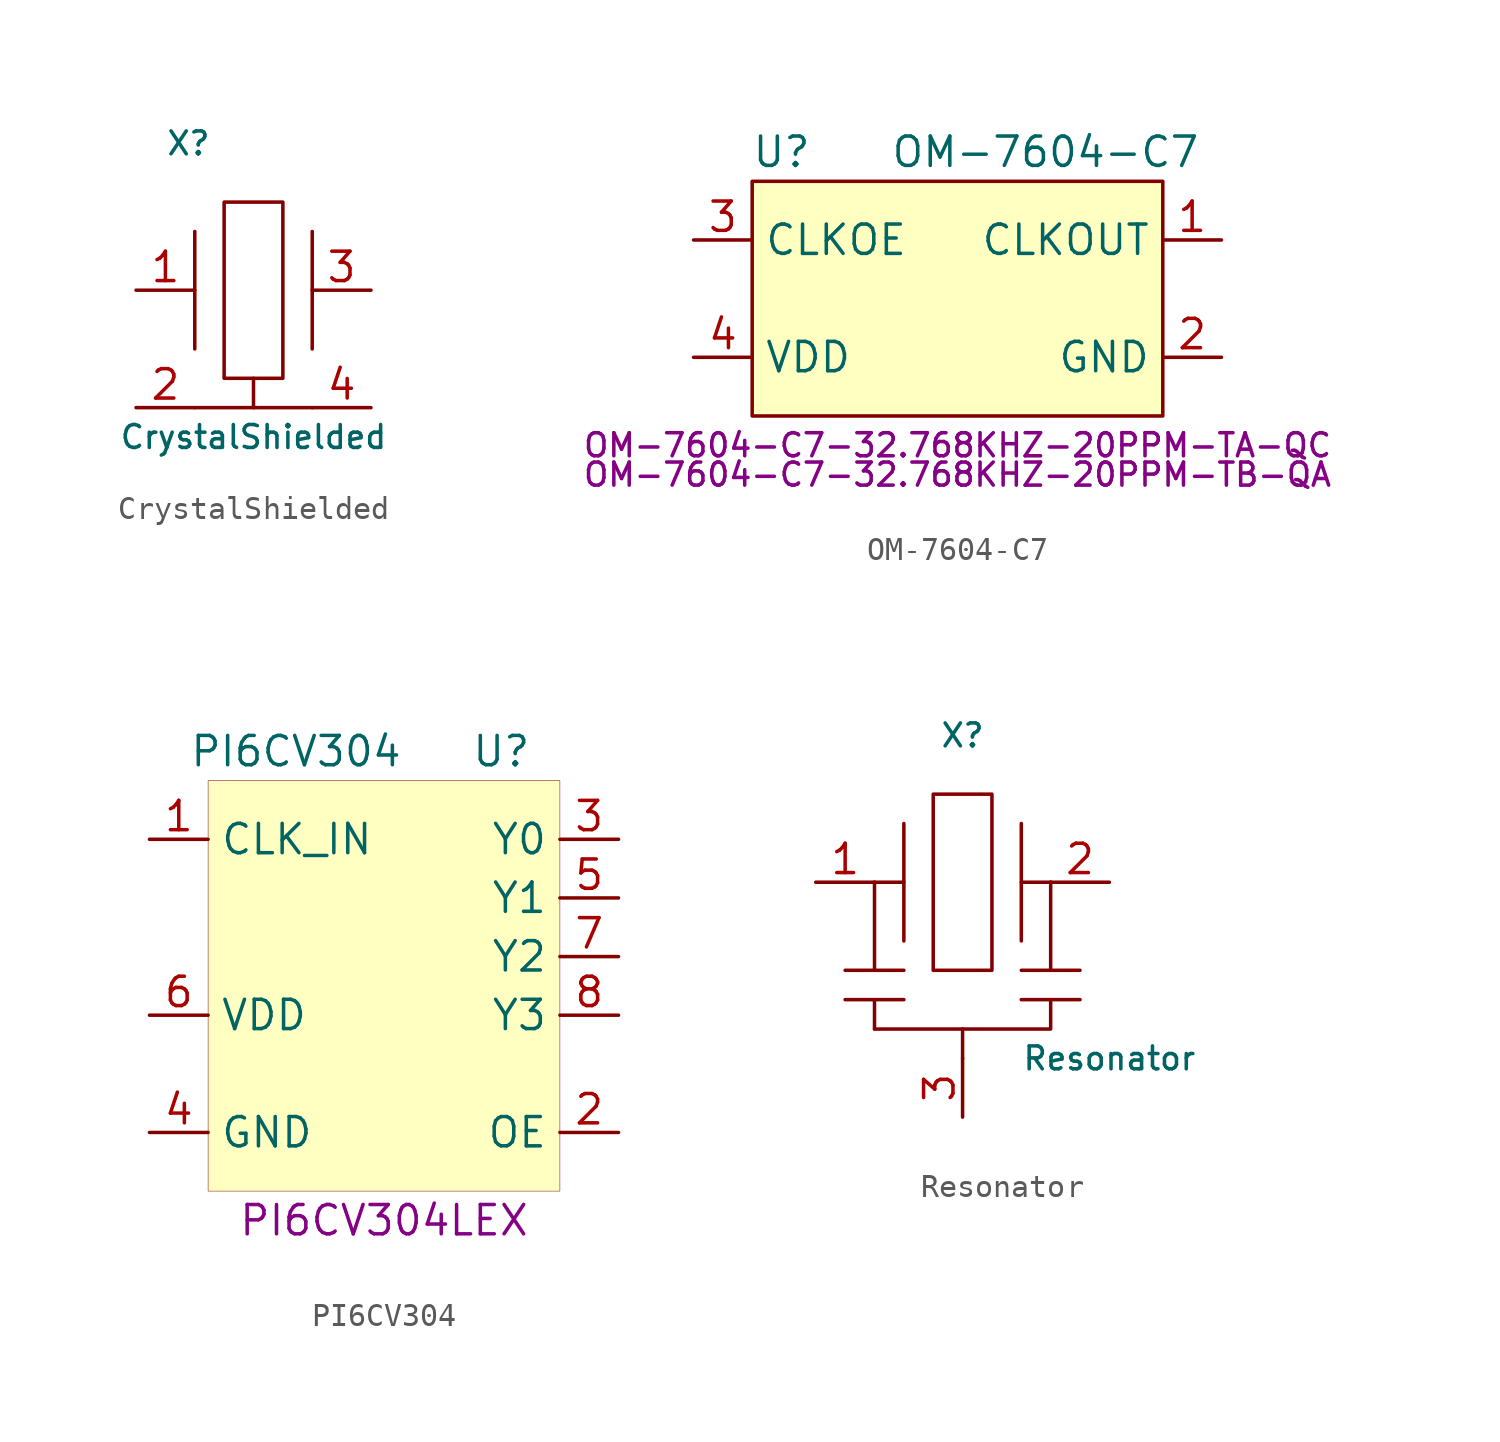
<source format=kicad_sym>
(kicad_symbol_lib
  (version 20220914)
  (generator kicad_symbol_editor)
  (symbol "CrystalShielded"
    (pin_names hide)
    (property "Reference" "X"
      (at -3.81 6.35 0)
      (effects (font (size 0.991 0.991)) (justify left)))
    (property "Value" "CrystalShielded"
      (at 0 -6.35 0)
      (effects (font (size 0.991 0.991))))
    (symbol "CrystalShielded_0_1"
      (polyline (pts (xy -2.54 2.54) (xy -2.54 -2.54)) (stroke (width 0) (type default)) (fill (type none)))
      (polyline (pts (xy 0 -5.08) (xy 0 -3.81)) (stroke (width 0) (type default)) (fill (type background)))
      (polyline (pts (xy 2.54 -5.08) (xy -2.54 -5.08)) (stroke (width 0) (type default)) (fill (type outline)))
      (polyline (pts (xy 2.54 2.54) (xy 2.54 -2.54)) (stroke (width 0) (type default)) (fill (type none)))
      (polyline (pts (xy 1.27 3.81) (xy -1.27 3.81) (xy -1.27 -3.81) (xy 1.27 -3.81) (xy 1.27 3.81)) (stroke (width 0) (type default)) (fill (type none))))
    (symbol "CrystalShielded_1_1"
      (pin passive line (at -5.08 0 0) (length 2.54) (name "1" (effects (font (size 1.27 1.27)))) (number "1" (effects (font (size 1.27 1.27)))))
      (pin passive line (at -5.08 -5.08 0) (length 2.54) (name "2" (effects (font (size 1.27 1.27)))) (number "2" (effects (font (size 1.27 1.27)))))
      (pin passive line (at 5.08 0 180) (length 2.54) (name "3" (effects (font (size 1.27 1.27)))) (number "3" (effects (font (size 1.27 1.27)))))
      (pin passive line (at 5.08 -5.08 180) (length 2.54) (name "4" (effects (font (size 1.27 1.27)))) (number "4" (effects (font (size 1.27 1.27)))))))
  (symbol "OM-7604-C7"
    (property "Reference" "U"
      (at -7.62 6.35 0)
      (effects (font (size 1.27 1.27))))
    (property "Value" "OM-7604-C7"
      (at 3.81 6.35 0)
      (effects (font (size 1.27 1.27))))
    (property "MPN" "OM-7604-C7-32.768KHZ-20PPM-TA-QC"
      (at 0 -6.35 0)
      (effects (font (size 1 1))))
    (property "MPN2" "OM-7604-C7-32.768KHZ-20PPM-TB-QA"
      (at 0 -7.62 0)
      (effects (font (size 1 1))))
    (symbol "OM-7604-C7_0_1"
      (rectangle (start -8.89 5.08) (end 8.89 -5.08) (stroke (width 0) (type default)) (fill (type background))))
    (symbol "OM-7604-C7_1_1"
      (pin output line (at 11.43 2.54 180) (length 2.54) (name "CLKOUT" (effects (font (size 1.27 1.27)))) (number "1" (effects (font (size 1.27 1.27)))))
      (pin power_in line (at 11.43 -2.54 180) (length 2.54) (name "GND" (effects (font (size 1.27 1.27)))) (number "2" (effects (font (size 1.27 1.27)))))
      (pin input line (at -11.43 2.54 0) (length 2.54) (name "CLKOE" (effects (font (size 1.27 1.27)))) (number "3" (effects (font (size 1.27 1.27)))))
      (pin power_in line (at -11.43 -2.54 0) (length 2.54) (name "VDD" (effects (font (size 1.27 1.27)))) (number "4" (effects (font (size 1.27 1.27)))))))
  (symbol "PI6CV304"
    (property "Reference" "U"
      (at 5.08 8.89 0)
      (effects (font (size 1.27 1.27))))
    (property "Value" "PI6CV304"
      (at -3.81 8.89 0)
      (effects (font (size 1.27 1.27))))
    (property "MPN" "PI6CV304LEX"
      (at 0 -11.43 0)
      (effects (font (size 1.27 1.27))))
    (symbol "PI6CV304_0_1"
      (rectangle (start -7.62 7.62) (end 7.62 -10.16) (stroke (width 0.001) (type default)) (fill (type background))))
    (symbol "PI6CV304_1_1"
      (pin input line (at -10.16 5.08 0) (length 2.54) (name "CLK_IN" (effects (font (size 1.27 1.27)))) (number "1" (effects (font (size 1.27 1.27)))))
      (pin input line (at 10.16 -7.62 180) (length 2.54) (name "OE" (effects (font (size 1.27 1.27)))) (number "2" (effects (font (size 1.27 1.27)))))
      (pin output line (at 10.16 5.08 180) (length 2.54) (name "Y0" (effects (font (size 1.27 1.27)))) (number "3" (effects (font (size 1.27 1.27)))))
      (pin power_in line (at -10.16 -7.62 0) (length 2.54) (name "GND" (effects (font (size 1.27 1.27)))) (number "4" (effects (font (size 1.27 1.27)))))
      (pin output line (at 10.16 2.54 180) (length 2.54) (name "Y1" (effects (font (size 1.27 1.27)))) (number "5" (effects (font (size 1.27 1.27)))))
      (pin power_in line (at -10.16 -2.54 0) (length 2.54) (name "VDD" (effects (font (size 1.27 1.27)))) (number "6" (effects (font (size 1.27 1.27)))))
      (pin output line (at 10.16 0 180) (length 2.54) (name "Y2" (effects (font (size 1.27 1.27)))) (number "7" (effects (font (size 1.27 1.27)))))
      (pin output line (at 10.16 -2.54 180) (length 2.54) (name "Y3" (effects (font (size 1.27 1.27)))) (number "8" (effects (font (size 1.27 1.27)))))))
  (symbol "Resonator"
    (property "Reference" "X"
      (at 0 6.35 0)
      (effects (font (size 0.991 0.991))))
    (property "Value" "Resonator"
      (at 6.35 -7.62 0)
      (effects (font (size 0.991 0.991))))
    (symbol "Resonator_0_1"
      (polyline (pts (xy -5.08 -5.08) (xy -2.54 -5.08)) (stroke (width 0) (type default)) (fill (type none)))
      (polyline (pts (xy -3.81 -5.08) (xy -3.81 -6.35)) (stroke (width 0) (type default)) (fill (type none)))
      (polyline (pts (xy -3.81 0) (xy -3.81 -3.81)) (stroke (width 0) (type default)) (fill (type none)))
      (polyline (pts (xy -3.81 0) (xy -2.54 0)) (stroke (width 0) (type default)) (fill (type none)))
      (polyline (pts (xy -2.54 -3.81) (xy -5.08 -3.81)) (stroke (width 0) (type default)) (fill (type none)))
      (polyline (pts (xy -2.54 2.54) (xy -2.54 -2.54)) (stroke (width 0) (type default)) (fill (type none)))
      (polyline (pts (xy 0 -6.35) (xy 0 -7.62)) (stroke (width 0) (type default)) (fill (type none)))
      (polyline (pts (xy 2.54 -3.81) (xy 5.08 -3.81)) (stroke (width 0) (type default)) (fill (type none)))
      (polyline (pts (xy 2.54 2.54) (xy 2.54 -2.54)) (stroke (width 0) (type default)) (fill (type none)))
      (polyline (pts (xy 3.81 0) (xy 2.54 0)) (stroke (width 0) (type default)) (fill (type none)))
      (polyline (pts (xy 3.81 0) (xy 3.81 -3.81)) (stroke (width 0) (type default)) (fill (type none)))
      (polyline (pts (xy 5.08 -5.08) (xy 2.54 -5.08)) (stroke (width 0) (type default)) (fill (type none)))
      (polyline (pts (xy 3.81 -5.08) (xy 3.81 -6.35) (xy -3.81 -6.35)) (stroke (width 0) (type default)) (fill (type none)))
      (polyline (pts (xy 1.27 3.81) (xy -1.27 3.81) (xy -1.27 -3.81) (xy 1.27 -3.81) (xy 1.27 3.81)) (stroke (width 0) (type default)) (fill (type none))))
    (symbol "Resonator_1_1"
      (pin passive line (at -6.35 0 0) (length 2.54) (name "~" (effects (font (size 1.27 1.27)))) (number "1" (effects (font (size 1.27 1.27)))))
      (pin passive line (at 6.35 0 180) (length 2.54) (name "~" (effects (font (size 1.27 1.27)))) (number "2" (effects (font (size 1.27 1.27)))))
      (pin passive line (at 0 -10.16 90) (length 2.54) (name "~" (effects (font (size 1.27 1.27)))) (number "3" (effects (font (size 1.27 1.27))))))))
</source>
